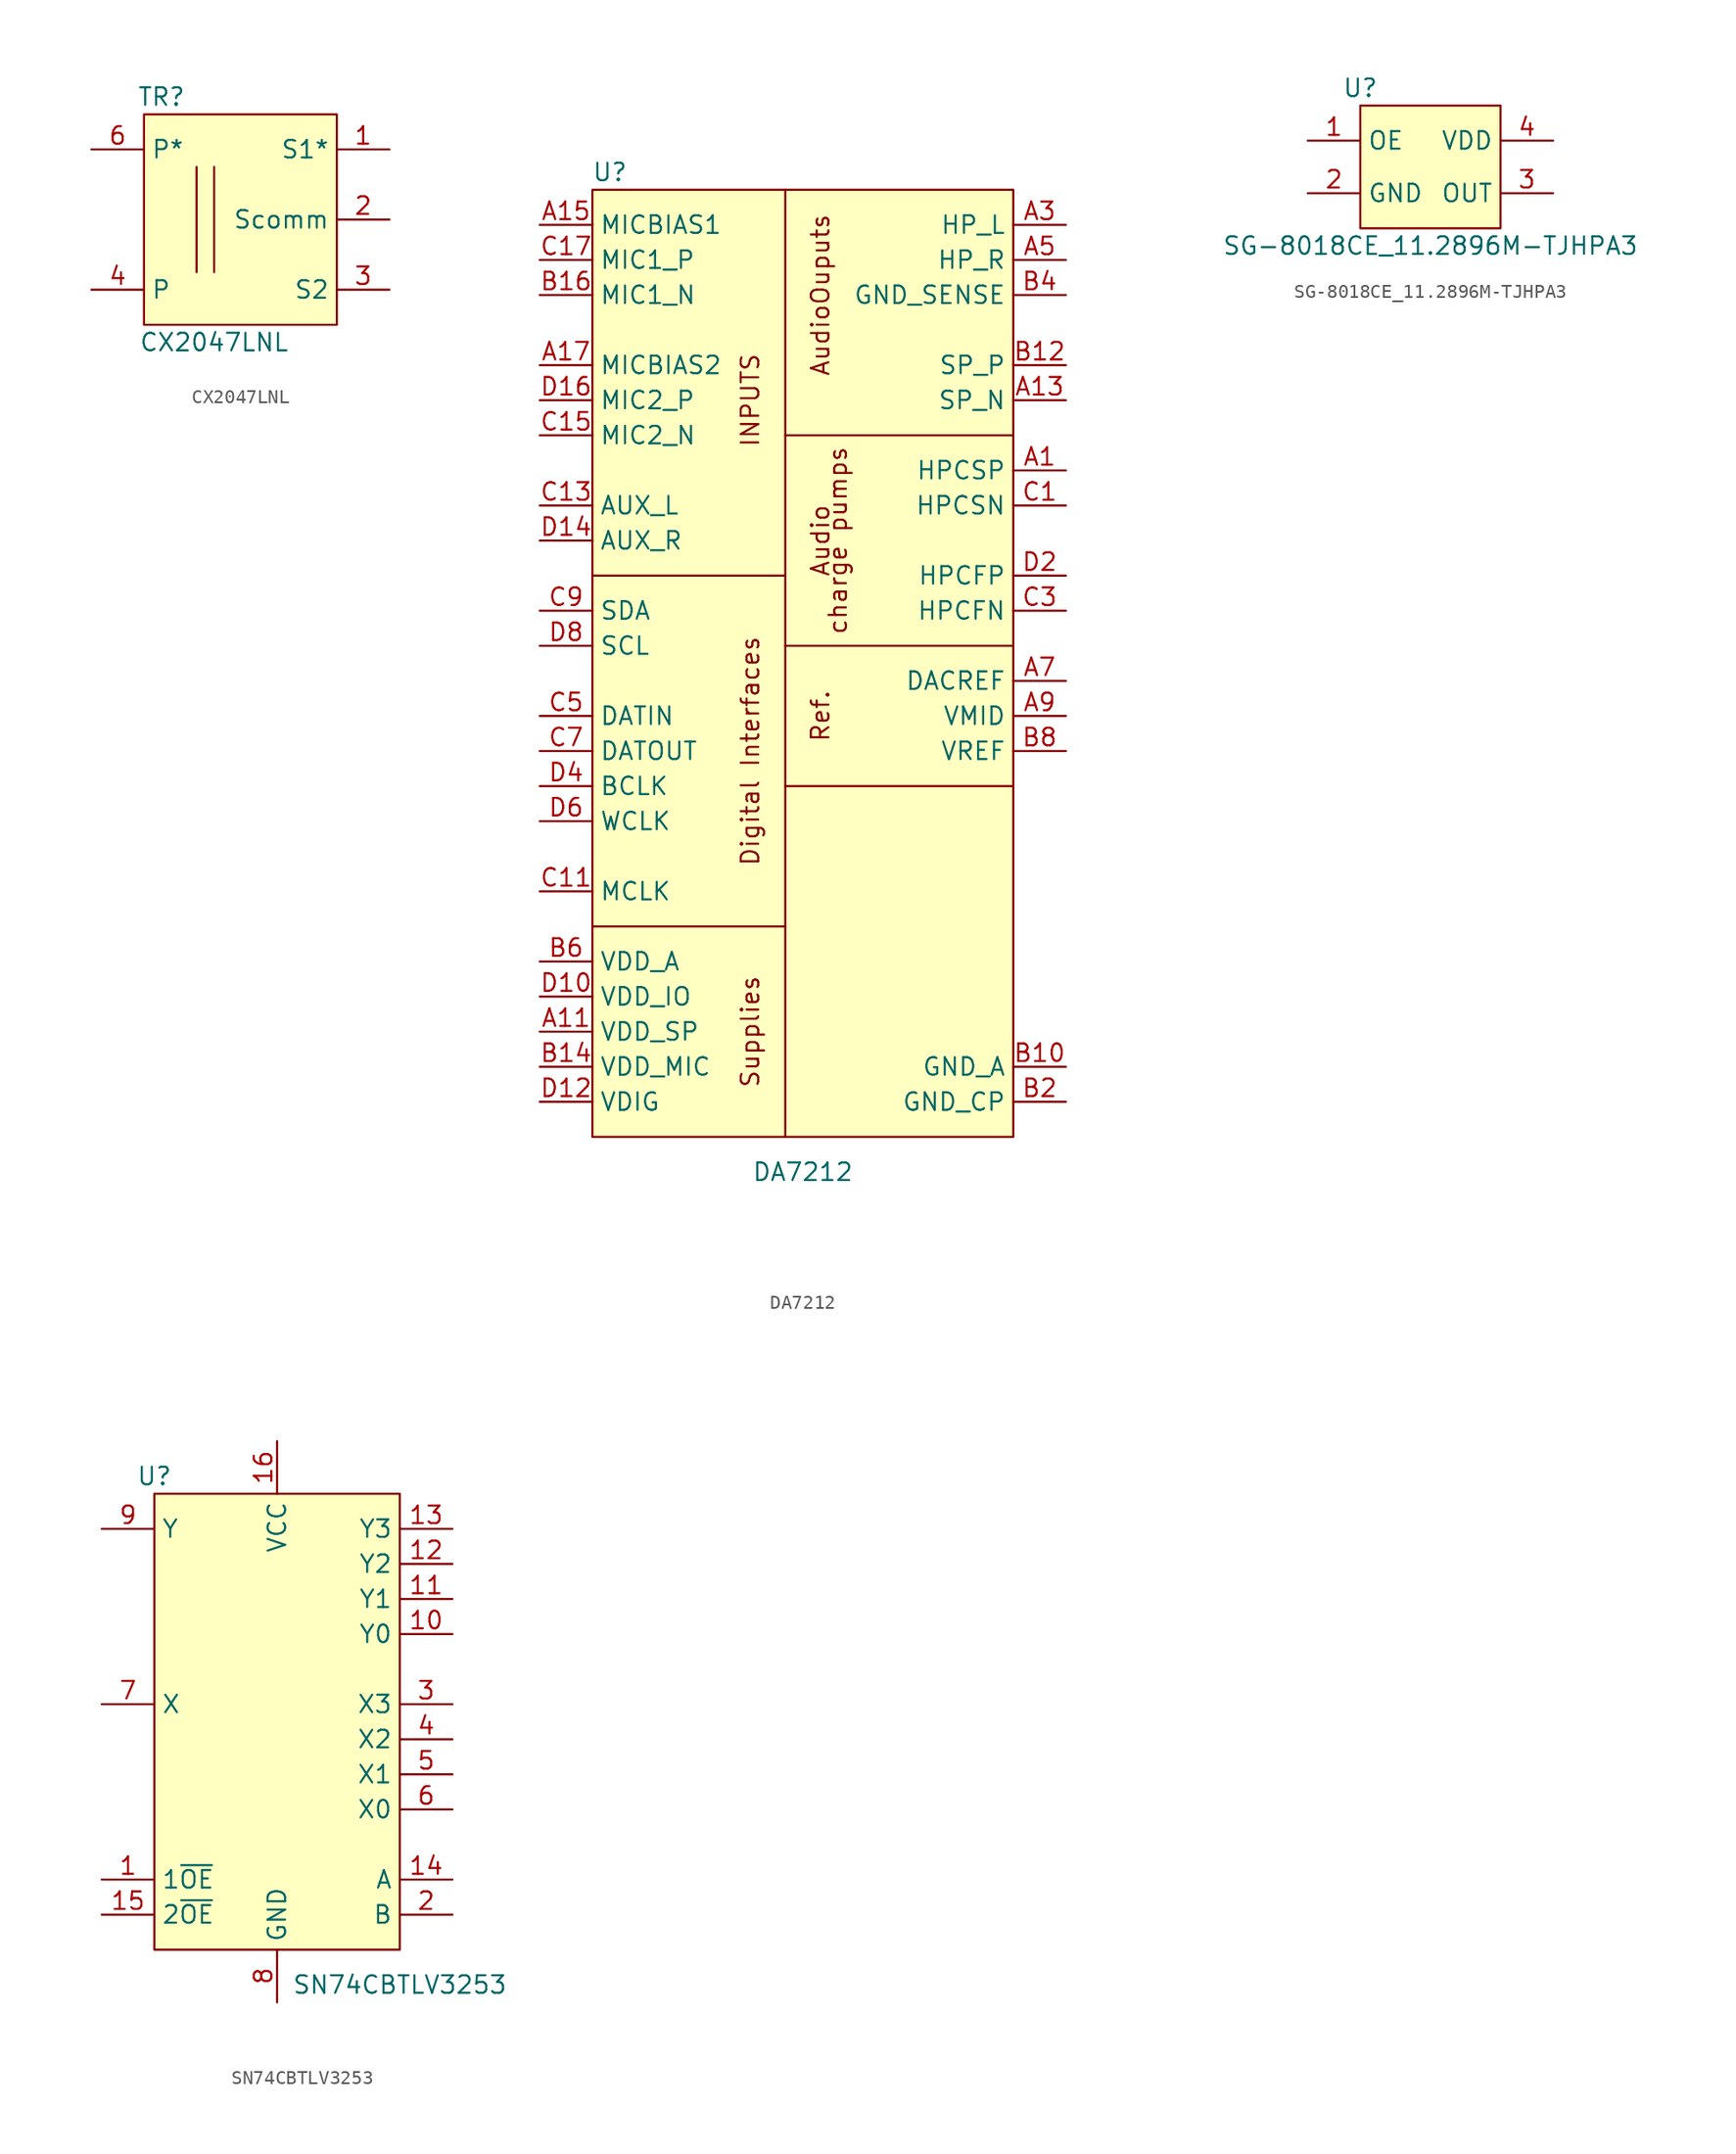
<source format=kicad_sym>
(kicad_symbol_lib
  (version 20211014)
  (generator kicad_symbol_editor)
  (symbol "CX2047LNL"
    (property "Reference" "TR"
      (at 1.27 3.81 0)
      (effects (font (size 1.27 1.27))))
    (property "Value" "CX2047LNL"
      (at 5.08 -13.97 0)
      (effects (font (size 1.27 1.27))))
    (symbol "CX2047LNL_0_1"
      (polyline (pts (xy 3.81 -1.27) (xy 3.81 -8.89)) (stroke (width 0) (type default) (color 0 0 0 0)) (fill (type none)))
      (polyline (pts (xy 5.08 -1.27) (xy 5.08 -8.89)) (stroke (width 0) (type default) (color 0 0 0 0)) (fill (type none)))
      (rectangle (start 0 2.54) (end 13.97 -12.7) (stroke (width 0) (type default) (color 0 0 0 0)) (fill (type background))))
    (symbol "CX2047LNL_1_1"
      (pin input line (at 17.78 0 180) (length 3.81) (name "S1*" (effects (font (size 1.27 1.27)))) (number "1" (effects (font (size 1.27 1.27)))))
      (pin input line (at 17.78 -5.08 180) (length 3.81) (name "Scomm" (effects (font (size 1.27 1.27)))) (number "2" (effects (font (size 1.27 1.27)))))
      (pin input line (at 17.78 -10.16 180) (length 3.81) (name "S2" (effects (font (size 1.27 1.27)))) (number "3" (effects (font (size 1.27 1.27)))))
      (pin input line (at -3.81 -10.16 0) (length 3.81) (name "P" (effects (font (size 1.27 1.27)))) (number "4" (effects (font (size 1.27 1.27)))))
      (pin input line (at -3.81 0 0) (length 3.81) (name "P*" (effects (font (size 1.27 1.27)))) (number "6" (effects (font (size 1.27 1.27)))))))
  (symbol "DA7212"
    (property "Reference" "U"
      (at 1.27 3.81 0)
      (effects (font (size 1.27 1.27))))
    (property "Value" "DA7212"
      (at 15.24 -68.58 0)
      (effects (font (size 1.27 1.27))))
    (symbol "DA7212_0_0"
      (polyline (pts (xy 13.97 -50.8) (xy 13.97 -66.04)) (stroke (width 0) (type default) (color 0 0 0 0)) (fill (type none)))
      (polyline (pts (xy 13.97 -25.4) (xy 13.97 2.54)) (stroke (width 0) (type default) (color 0 0 0 0)) (fill (type none)))
      (polyline (pts (xy 30.48 -40.64) (xy 13.97 -40.64)) (stroke (width 0) (type default) (color 0 0 0 0)) (fill (type none)))
      (polyline (pts (xy 30.48 -30.48) (xy 13.97 -30.48)) (stroke (width 0) (type default) (color 0 0 0 0)) (fill (type none)))
      (polyline (pts (xy 30.48 -15.24) (xy 13.97 -15.24)) (stroke (width 0) (type default) (color 0 0 0 0)) (fill (type none)))
      (polyline (pts (xy 0 -50.8) (xy 13.97 -50.8) (xy 13.97 -25.4) (xy 0 -25.4)) (stroke (width 0) (type default) (color 0 0 0 0)) (fill (type none)))
      (rectangle (start 0 2.54) (end 30.48 -66.04) (stroke (width 0) (type default) (color 0 0 0 0)) (fill (type background)))
      (text "Audio" (at 16.51 -22.86 900) (effects (font (size 1.27 1.27))))
      (text "AudioOuputs" (at 16.51 -5.08 900) (effects (font (size 1.27 1.27))))
      (text "charge pumps" (at 17.78 -22.86 900) (effects (font (size 1.27 1.27))))
      (text "Digital Interfaces" (at 11.43 -38.1 900) (effects (font (size 1.27 1.27))))
      (text "INPUTS" (at 11.43 -12.7 900) (effects (font (size 1.27 1.27))))
      (text "Ref." (at 16.51 -35.56 900) (effects (font (size 1.27 1.27))))
      (text "Supplies" (at 11.43 -58.42 900) (effects (font (size 1.27 1.27)))))
    (symbol "DA7212_1_1"
      (pin input line (at 34.29 -17.78 180) (length 3.81) (name "HPCSP" (effects (font (size 1.27 1.27)))) (number "A1" (effects (font (size 1.27 1.27)))))
      (pin input line (at -3.81 -58.42 0) (length 3.81) (name "VDD_SP" (effects (font (size 1.27 1.27)))) (number "A11" (effects (font (size 1.27 1.27)))))
      (pin input line (at 34.29 -12.7 180) (length 3.81) (name "SP_N" (effects (font (size 1.27 1.27)))) (number "A13" (effects (font (size 1.27 1.27)))))
      (pin input line (at -3.81 0 0) (length 3.81) (name "MICBIAS1" (effects (font (size 1.27 1.27)))) (number "A15" (effects (font (size 1.27 1.27)))))
      (pin input line (at -3.81 -10.16 0) (length 3.81) (name "MICBIAS2" (effects (font (size 1.27 1.27)))) (number "A17" (effects (font (size 1.27 1.27)))))
      (pin input line (at 34.29 0 180) (length 3.81) (name "HP_L" (effects (font (size 1.27 1.27)))) (number "A3" (effects (font (size 1.27 1.27)))))
      (pin input line (at 34.29 -2.54 180) (length 3.81) (name "HP_R" (effects (font (size 1.27 1.27)))) (number "A5" (effects (font (size 1.27 1.27)))))
      (pin input line (at 34.29 -33.02 180) (length 3.81) (name "DACREF" (effects (font (size 1.27 1.27)))) (number "A7" (effects (font (size 1.27 1.27)))))
      (pin input line (at 34.29 -35.56 180) (length 3.81) (name "VMID" (effects (font (size 1.27 1.27)))) (number "A9" (effects (font (size 1.27 1.27)))))
      (pin input line (at 34.29 -60.96 180) (length 3.81) (name "GND_A" (effects (font (size 1.27 1.27)))) (number "B10" (effects (font (size 1.27 1.27)))))
      (pin input line (at 34.29 -10.16 180) (length 3.81) (name "SP_P" (effects (font (size 1.27 1.27)))) (number "B12" (effects (font (size 1.27 1.27)))))
      (pin input line (at -3.81 -60.96 0) (length 3.81) (name "VDD_MIC" (effects (font (size 1.27 1.27)))) (number "B14" (effects (font (size 1.27 1.27)))))
      (pin input line (at -3.81 -5.08 0) (length 3.81) (name "MIC1_N" (effects (font (size 1.27 1.27)))) (number "B16" (effects (font (size 1.27 1.27)))))
      (pin input line (at 34.29 -63.5 180) (length 3.81) (name "GND_CP" (effects (font (size 1.27 1.27)))) (number "B2" (effects (font (size 1.27 1.27)))))
      (pin input line (at 34.29 -5.08 180) (length 3.81) (name "GND_SENSE" (effects (font (size 1.27 1.27)))) (number "B4" (effects (font (size 1.27 1.27)))))
      (pin input line (at -3.81 -53.34 0) (length 3.81) (name "VDD_A" (effects (font (size 1.27 1.27)))) (number "B6" (effects (font (size 1.27 1.27)))))
      (pin input line (at 34.29 -38.1 180) (length 3.81) (name "VREF" (effects (font (size 1.27 1.27)))) (number "B8" (effects (font (size 1.27 1.27)))))
      (pin input line (at 34.29 -20.32 180) (length 3.81) (name "HPCSN" (effects (font (size 1.27 1.27)))) (number "C1" (effects (font (size 1.27 1.27)))))
      (pin input line (at -3.81 -48.26 0) (length 3.81) (name "MCLK" (effects (font (size 1.27 1.27)))) (number "C11" (effects (font (size 1.27 1.27)))))
      (pin input line (at -3.81 -20.32 0) (length 3.81) (name "AUX_L" (effects (font (size 1.27 1.27)))) (number "C13" (effects (font (size 1.27 1.27)))))
      (pin input line (at -3.81 -15.24 0) (length 3.81) (name "MIC2_N" (effects (font (size 1.27 1.27)))) (number "C15" (effects (font (size 1.27 1.27)))))
      (pin input line (at -3.81 -2.54 0) (length 3.81) (name "MIC1_P" (effects (font (size 1.27 1.27)))) (number "C17" (effects (font (size 1.27 1.27)))))
      (pin input line (at 34.29 -27.94 180) (length 3.81) (name "HPCFN" (effects (font (size 1.27 1.27)))) (number "C3" (effects (font (size 1.27 1.27)))))
      (pin input line (at -3.81 -35.56 0) (length 3.81) (name "DATIN" (effects (font (size 1.27 1.27)))) (number "C5" (effects (font (size 1.27 1.27)))))
      (pin input line (at -3.81 -38.1 0) (length 3.81) (name "DATOUT" (effects (font (size 1.27 1.27)))) (number "C7" (effects (font (size 1.27 1.27)))))
      (pin input line (at -3.81 -27.94 0) (length 3.81) (name "SDA" (effects (font (size 1.27 1.27)))) (number "C9" (effects (font (size 1.27 1.27)))))
      (pin input line (at -3.81 -55.88 0) (length 3.81) (name "VDD_IO" (effects (font (size 1.27 1.27)))) (number "D10" (effects (font (size 1.27 1.27)))))
      (pin input line (at -3.81 -63.5 0) (length 3.81) (name "VDIG" (effects (font (size 1.27 1.27)))) (number "D12" (effects (font (size 1.27 1.27)))))
      (pin input line (at -3.81 -22.86 0) (length 3.81) (name "AUX_R" (effects (font (size 1.27 1.27)))) (number "D14" (effects (font (size 1.27 1.27)))))
      (pin input line (at -3.81 -12.7 0) (length 3.81) (name "MIC2_P" (effects (font (size 1.27 1.27)))) (number "D16" (effects (font (size 1.27 1.27)))))
      (pin input line (at 34.29 -25.4 180) (length 3.81) (name "HPCFP" (effects (font (size 1.27 1.27)))) (number "D2" (effects (font (size 1.27 1.27)))))
      (pin input line (at -3.81 -40.64 0) (length 3.81) (name "BCLK" (effects (font (size 1.27 1.27)))) (number "D4" (effects (font (size 1.27 1.27)))))
      (pin input line (at -3.81 -43.18 0) (length 3.81) (name "WCLK" (effects (font (size 1.27 1.27)))) (number "D6" (effects (font (size 1.27 1.27)))))
      (pin input line (at -3.81 -30.48 0) (length 3.81) (name "SCL" (effects (font (size 1.27 1.27)))) (number "D8" (effects (font (size 1.27 1.27)))))))
  (symbol "SG-8018CE_11.2896M-TJHPA3"
    (property "Reference" "U"
      (at 0 3.81 0)
      (effects (font (size 1.27 1.27))))
    (property "Value" "SG-8018CE_11.2896M-TJHPA3"
      (at 5.08 -7.62 0)
      (effects (font (size 1.27 1.27))))
    (symbol "SG-8018CE_11.2896M-TJHPA3_0_1"
      (rectangle (start 0 2.54) (end 10.16 -6.35) (stroke (width 0) (type default) (color 0 0 0 0)) (fill (type background))))
    (symbol "SG-8018CE_11.2896M-TJHPA3_1_1"
      (pin input line (at -3.81 0 0) (length 3.81) (name "OE" (effects (font (size 1.27 1.27)))) (number "1" (effects (font (size 1.27 1.27)))))
      (pin input line (at -3.81 -3.81 0) (length 3.81) (name "GND" (effects (font (size 1.27 1.27)))) (number "2" (effects (font (size 1.27 1.27)))))
      (pin input line (at 13.97 -3.81 180) (length 3.81) (name "OUT" (effects (font (size 1.27 1.27)))) (number "3" (effects (font (size 1.27 1.27)))))
      (pin input line (at 13.97 0 180) (length 3.81) (name "VDD" (effects (font (size 1.27 1.27)))) (number "4" (effects (font (size 1.27 1.27)))))))
  (symbol "SN74CBTLV3253"
    (property "Reference" "U"
      (at 0 3.81 0)
      (effects (font (size 1.27 1.27))))
    (property "Value" "SN74CBTLV3253"
      (at 17.78 -33.02 0)
      (effects (font (size 1.27 1.27))))
    (symbol "SN74CBTLV3253_0_1"
      (rectangle (start 0 2.54) (end 17.78 -30.48) (stroke (width 0) (type default) (color 0 0 0 0)) (fill (type background))))
    (symbol "SN74CBTLV3253_1_1"
      (pin input line (at -3.81 -25.4 0) (length 3.81) (name "1~{OE}" (effects (font (size 1.27 1.27)))) (number "1" (effects (font (size 1.27 1.27)))))
      (pin input line (at 21.59 -7.62 180) (length 3.81) (name "Y0" (effects (font (size 1.27 1.27)))) (number "10" (effects (font (size 1.27 1.27)))))
      (pin input line (at 21.59 -5.08 180) (length 3.81) (name "Y1" (effects (font (size 1.27 1.27)))) (number "11" (effects (font (size 1.27 1.27)))))
      (pin input line (at 21.59 -2.54 180) (length 3.81) (name "Y2" (effects (font (size 1.27 1.27)))) (number "12" (effects (font (size 1.27 1.27)))))
      (pin input line (at 21.59 0 180) (length 3.81) (name "Y3" (effects (font (size 1.27 1.27)))) (number "13" (effects (font (size 1.27 1.27)))))
      (pin input line (at 21.59 -25.4 180) (length 3.81) (name "A" (effects (font (size 1.27 1.27)))) (number "14" (effects (font (size 1.27 1.27)))))
      (pin input line (at -3.81 -27.94 0) (length 3.81) (name "2~{OE}" (effects (font (size 1.27 1.27)))) (number "15" (effects (font (size 1.27 1.27)))))
      (pin input line (at 8.89 6.35 270) (length 3.81) (name "VCC" (effects (font (size 1.27 1.27)))) (number "16" (effects (font (size 1.27 1.27)))))
      (pin input line (at 21.59 -27.94 180) (length 3.81) (name "B" (effects (font (size 1.27 1.27)))) (number "2" (effects (font (size 1.27 1.27)))))
      (pin input line (at 21.59 -12.7 180) (length 3.81) (name "X3" (effects (font (size 1.27 1.27)))) (number "3" (effects (font (size 1.27 1.27)))))
      (pin input line (at 21.59 -15.24 180) (length 3.81) (name "X2" (effects (font (size 1.27 1.27)))) (number "4" (effects (font (size 1.27 1.27)))))
      (pin input line (at 21.59 -17.78 180) (length 3.81) (name "X1" (effects (font (size 1.27 1.27)))) (number "5" (effects (font (size 1.27 1.27)))))
      (pin input line (at 21.59 -20.32 180) (length 3.81) (name "X0" (effects (font (size 1.27 1.27)))) (number "6" (effects (font (size 1.27 1.27)))))
      (pin input line (at -3.81 -12.7 0) (length 3.81) (name "X" (effects (font (size 1.27 1.27)))) (number "7" (effects (font (size 1.27 1.27)))))
      (pin input line (at 8.89 -34.29 90) (length 3.81) (name "GND" (effects (font (size 1.27 1.27)))) (number "8" (effects (font (size 1.27 1.27)))))
      (pin input line (at -3.81 0 0) (length 3.81) (name "Y" (effects (font (size 1.27 1.27)))) (number "9" (effects (font (size 1.27 1.27))))))))
</source>
